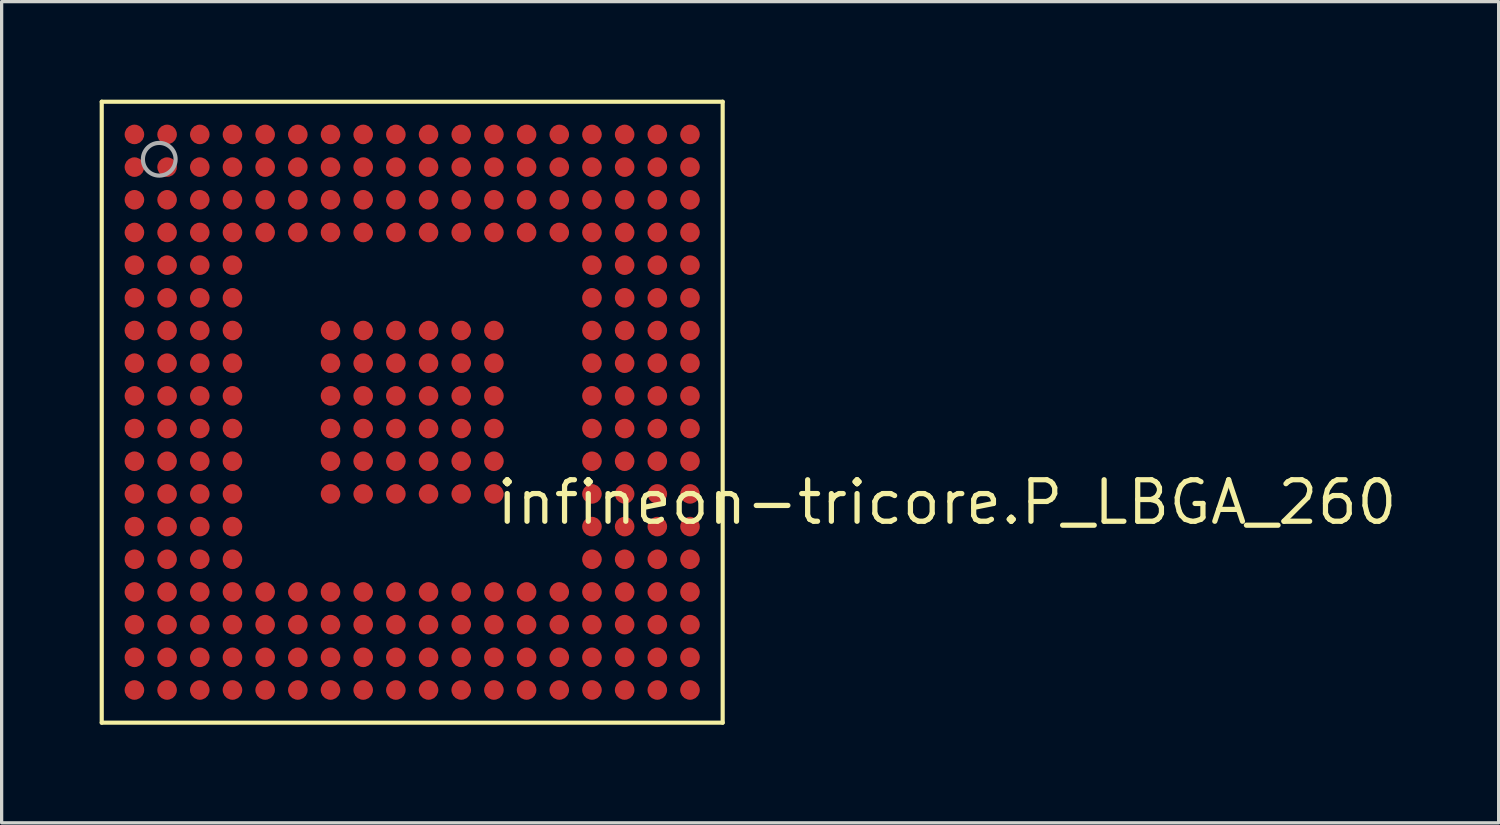
<source format=kicad_pcb>
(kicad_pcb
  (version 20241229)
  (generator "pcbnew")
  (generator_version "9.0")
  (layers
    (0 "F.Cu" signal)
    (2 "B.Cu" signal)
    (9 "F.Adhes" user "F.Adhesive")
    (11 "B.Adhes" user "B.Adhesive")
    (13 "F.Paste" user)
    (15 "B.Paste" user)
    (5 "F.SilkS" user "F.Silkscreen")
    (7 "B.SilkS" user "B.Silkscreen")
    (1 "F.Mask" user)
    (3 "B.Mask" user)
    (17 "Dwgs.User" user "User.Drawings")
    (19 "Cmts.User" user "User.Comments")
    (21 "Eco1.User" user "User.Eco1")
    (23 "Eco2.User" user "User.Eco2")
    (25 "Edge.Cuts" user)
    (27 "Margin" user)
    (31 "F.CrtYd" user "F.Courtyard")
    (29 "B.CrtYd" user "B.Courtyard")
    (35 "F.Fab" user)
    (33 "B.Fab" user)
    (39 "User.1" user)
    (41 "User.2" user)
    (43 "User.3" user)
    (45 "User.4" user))
  (footprint "infineon-tricore.P_LBGA_260"
    (layer "F.Cu")
    (at 9.563 9.563)
    (property "Reference" "infineon-tricore.P_LBGA_260" (at 2.5 3.5 180) (layer "F.SilkS") (effects (font (size 1.27 1.27) (thickness 0.16)) (justify left bottom)))
    (attr smd)
    (fp_line (start -9.5 -9.5) (end 9.5 -9.5) (stroke (width 0.127) (type default)) (layer "F.SilkS"))
    (fp_line (start -9.5 9.5) (end -9.5 -9.5) (stroke (width 0.127) (type default)) (layer "F.SilkS"))
    (fp_line (start 9.5 -9.5) (end 9.5 9.5) (stroke (width 0.127) (type default)) (layer "F.SilkS"))
    (fp_line (start 9.5 9.5) (end -9.5 9.5) (stroke (width 0.127) (type default)) (layer "F.SilkS"))
    (fp_circle (center -7.74 -7.74) (end -7.24 -7.74) (stroke (width 0.127) (type default)) (fill no) (layer "F.Fab"))
    (pad "A1" smd roundrect (at -8.5 -8.5) (size 0.6 0.6) (layers "F.Cu" "F.Mask" "F.Paste") (roundrect_rratio 0.5))
    (pad "A2" smd roundrect (at -7.5 -8.5) (size 0.6 0.6) (layers "F.Cu" "F.Mask" "F.Paste") (roundrect_rratio 0.5))
    (pad "A3" smd roundrect (at -6.5 -8.5) (size 0.6 0.6) (layers "F.Cu" "F.Mask" "F.Paste") (roundrect_rratio 0.5))
    (pad "A4" smd roundrect (at -5.5 -8.5) (size 0.6 0.6) (layers "F.Cu" "F.Mask" "F.Paste") (roundrect_rratio 0.5))
    (pad "A5" smd roundrect (at -4.5 -8.5) (size 0.6 0.6) (layers "F.Cu" "F.Mask" "F.Paste") (roundrect_rratio 0.5))
    (pad "A6" smd roundrect (at -3.5 -8.5) (size 0.6 0.6) (layers "F.Cu" "F.Mask" "F.Paste") (roundrect_rratio 0.5))
    (pad "A7" smd roundrect (at -2.5 -8.5) (size 0.6 0.6) (layers "F.Cu" "F.Mask" "F.Paste") (roundrect_rratio 0.5))
    (pad "A8" smd roundrect (at -1.5 -8.5) (size 0.6 0.6) (layers "F.Cu" "F.Mask" "F.Paste") (roundrect_rratio 0.5))
    (pad "A9" smd roundrect (at -0.5 -8.5) (size 0.6 0.6) (layers "F.Cu" "F.Mask" "F.Paste") (roundrect_rratio 0.5))
    (pad "A10" smd roundrect (at 0.5 -8.5) (size 0.6 0.6) (layers "F.Cu" "F.Mask" "F.Paste") (roundrect_rratio 0.5))
    (pad "A11" smd roundrect (at 1.5 -8.5) (size 0.6 0.6) (layers "F.Cu" "F.Mask" "F.Paste") (roundrect_rratio 0.5))
    (pad "A12" smd roundrect (at 2.5 -8.5) (size 0.6 0.6) (layers "F.Cu" "F.Mask" "F.Paste") (roundrect_rratio 0.5))
    (pad "A13" smd roundrect (at 3.5 -8.5) (size 0.6 0.6) (layers "F.Cu" "F.Mask" "F.Paste") (roundrect_rratio 0.5))
    (pad "A14" smd roundrect (at 4.5 -8.5) (size 0.6 0.6) (layers "F.Cu" "F.Mask" "F.Paste") (roundrect_rratio 0.5))
    (pad "A15" smd roundrect (at 5.5 -8.5) (size 0.6 0.6) (layers "F.Cu" "F.Mask" "F.Paste") (roundrect_rratio 0.5))
    (pad "A16" smd roundrect (at 6.5 -8.5) (size 0.6 0.6) (layers "F.Cu" "F.Mask" "F.Paste") (roundrect_rratio 0.5))
    (pad "A17" smd roundrect (at 7.5 -8.5) (size 0.6 0.6) (layers "F.Cu" "F.Mask" "F.Paste") (roundrect_rratio 0.5))
    (pad "A18" smd roundrect (at 8.5 -8.5) (size 0.6 0.6) (layers "F.Cu" "F.Mask" "F.Paste") (roundrect_rratio 0.5))
    (pad "B1" smd roundrect (at -8.5 -7.5) (size 0.6 0.6) (layers "F.Cu" "F.Mask" "F.Paste") (roundrect_rratio 0.5))
    (pad "B2" smd roundrect (at -7.5 -7.5) (size 0.6 0.6) (layers "F.Cu" "F.Mask" "F.Paste") (roundrect_rratio 0.5))
    (pad "B3" smd roundrect (at -6.5 -7.5) (size 0.6 0.6) (layers "F.Cu" "F.Mask" "F.Paste") (roundrect_rratio 0.5))
    (pad "B4" smd roundrect (at -5.5 -7.5) (size 0.6 0.6) (layers "F.Cu" "F.Mask" "F.Paste") (roundrect_rratio 0.5))
    (pad "B5" smd roundrect (at -4.5 -7.5) (size 0.6 0.6) (layers "F.Cu" "F.Mask" "F.Paste") (roundrect_rratio 0.5))
    (pad "B6" smd roundrect (at -3.5 -7.5) (size 0.6 0.6) (layers "F.Cu" "F.Mask" "F.Paste") (roundrect_rratio 0.5))
    (pad "B7" smd roundrect (at -2.5 -7.5) (size 0.6 0.6) (layers "F.Cu" "F.Mask" "F.Paste") (roundrect_rratio 0.5))
    (pad "B8" smd roundrect (at -1.5 -7.5) (size 0.6 0.6) (layers "F.Cu" "F.Mask" "F.Paste") (roundrect_rratio 0.5))
    (pad "B9" smd roundrect (at -0.5 -7.5) (size 0.6 0.6) (layers "F.Cu" "F.Mask" "F.Paste") (roundrect_rratio 0.5))
    (pad "B10" smd roundrect (at 0.5 -7.5) (size 0.6 0.6) (layers "F.Cu" "F.Mask" "F.Paste") (roundrect_rratio 0.5))
    (pad "B11" smd roundrect (at 1.5 -7.5) (size 0.6 0.6) (layers "F.Cu" "F.Mask" "F.Paste") (roundrect_rratio 0.5))
    (pad "B12" smd roundrect (at 2.5 -7.5) (size 0.6 0.6) (layers "F.Cu" "F.Mask" "F.Paste") (roundrect_rratio 0.5))
    (pad "B13" smd roundrect (at 3.5 -7.5) (size 0.6 0.6) (layers "F.Cu" "F.Mask" "F.Paste") (roundrect_rratio 0.5))
    (pad "B14" smd roundrect (at 4.5 -7.5) (size 0.6 0.6) (layers "F.Cu" "F.Mask" "F.Paste") (roundrect_rratio 0.5))
    (pad "B15" smd roundrect (at 5.5 -7.5) (size 0.6 0.6) (layers "F.Cu" "F.Mask" "F.Paste") (roundrect_rratio 0.5))
    (pad "B16" smd roundrect (at 6.5 -7.5) (size 0.6 0.6) (layers "F.Cu" "F.Mask" "F.Paste") (roundrect_rratio 0.5))
    (pad "B17" smd roundrect (at 7.5 -7.5) (size 0.6 0.6) (layers "F.Cu" "F.Mask" "F.Paste") (roundrect_rratio 0.5))
    (pad "B18" smd roundrect (at 8.5 -7.5) (size 0.6 0.6) (layers "F.Cu" "F.Mask" "F.Paste") (roundrect_rratio 0.5))
    (pad "C1" smd roundrect (at -8.5 -6.5) (size 0.6 0.6) (layers "F.Cu" "F.Mask" "F.Paste") (roundrect_rratio 0.5))
    (pad "C2" smd roundrect (at -7.5 -6.5) (size 0.6 0.6) (layers "F.Cu" "F.Mask" "F.Paste") (roundrect_rratio 0.5))
    (pad "C3" smd roundrect (at -6.5 -6.5) (size 0.6 0.6) (layers "F.Cu" "F.Mask" "F.Paste") (roundrect_rratio 0.5))
    (pad "C4" smd roundrect (at -5.5 -6.5) (size 0.6 0.6) (layers "F.Cu" "F.Mask" "F.Paste") (roundrect_rratio 0.5))
    (pad "C5" smd roundrect (at -4.5 -6.5) (size 0.6 0.6) (layers "F.Cu" "F.Mask" "F.Paste") (roundrect_rratio 0.5))
    (pad "C6" smd roundrect (at -3.5 -6.5) (size 0.6 0.6) (layers "F.Cu" "F.Mask" "F.Paste") (roundrect_rratio 0.5))
    (pad "C7" smd roundrect (at -2.5 -6.5) (size 0.6 0.6) (layers "F.Cu" "F.Mask" "F.Paste") (roundrect_rratio 0.5))
    (pad "C8" smd roundrect (at -1.5 -6.5) (size 0.6 0.6) (layers "F.Cu" "F.Mask" "F.Paste") (roundrect_rratio 0.5))
    (pad "C9" smd roundrect (at -0.5 -6.5) (size 0.6 0.6) (layers "F.Cu" "F.Mask" "F.Paste") (roundrect_rratio 0.5))
    (pad "C10" smd roundrect (at 0.5 -6.5) (size 0.6 0.6) (layers "F.Cu" "F.Mask" "F.Paste") (roundrect_rratio 0.5))
    (pad "C11" smd roundrect (at 1.5 -6.5) (size 0.6 0.6) (layers "F.Cu" "F.Mask" "F.Paste") (roundrect_rratio 0.5))
    (pad "C12" smd roundrect (at 2.5 -6.5) (size 0.6 0.6) (layers "F.Cu" "F.Mask" "F.Paste") (roundrect_rratio 0.5))
    (pad "C13" smd roundrect (at 3.5 -6.5) (size 0.6 0.6) (layers "F.Cu" "F.Mask" "F.Paste") (roundrect_rratio 0.5))
    (pad "C14" smd roundrect (at 4.5 -6.5) (size 0.6 0.6) (layers "F.Cu" "F.Mask" "F.Paste") (roundrect_rratio 0.5))
    (pad "C15" smd roundrect (at 5.5 -6.5) (size 0.6 0.6) (layers "F.Cu" "F.Mask" "F.Paste") (roundrect_rratio 0.5))
    (pad "C16" smd roundrect (at 6.5 -6.5) (size 0.6 0.6) (layers "F.Cu" "F.Mask" "F.Paste") (roundrect_rratio 0.5))
    (pad "C17" smd roundrect (at 7.5 -6.5) (size 0.6 0.6) (layers "F.Cu" "F.Mask" "F.Paste") (roundrect_rratio 0.5))
    (pad "C18" smd roundrect (at 8.5 -6.5) (size 0.6 0.6) (layers "F.Cu" "F.Mask" "F.Paste") (roundrect_rratio 0.5))
    (pad "D1" smd roundrect (at -8.5 -5.5) (size 0.6 0.6) (layers "F.Cu" "F.Mask" "F.Paste") (roundrect_rratio 0.5))
    (pad "D2" smd roundrect (at -7.5 -5.5) (size 0.6 0.6) (layers "F.Cu" "F.Mask" "F.Paste") (roundrect_rratio 0.5))
    (pad "D3" smd roundrect (at -6.5 -5.5) (size 0.6 0.6) (layers "F.Cu" "F.Mask" "F.Paste") (roundrect_rratio 0.5))
    (pad "D4" smd roundrect (at -5.5 -5.5) (size 0.6 0.6) (layers "F.Cu" "F.Mask" "F.Paste") (roundrect_rratio 0.5))
    (pad "D5" smd roundrect (at -4.5 -5.5) (size 0.6 0.6) (layers "F.Cu" "F.Mask" "F.Paste") (roundrect_rratio 0.5))
    (pad "D6" smd roundrect (at -3.5 -5.5) (size 0.6 0.6) (layers "F.Cu" "F.Mask" "F.Paste") (roundrect_rratio 0.5))
    (pad "D7" smd roundrect (at -2.5 -5.5) (size 0.6 0.6) (layers "F.Cu" "F.Mask" "F.Paste") (roundrect_rratio 0.5))
    (pad "D8" smd roundrect (at -1.5 -5.5) (size 0.6 0.6) (layers "F.Cu" "F.Mask" "F.Paste") (roundrect_rratio 0.5))
    (pad "D9" smd roundrect (at -0.5 -5.5) (size 0.6 0.6) (layers "F.Cu" "F.Mask" "F.Paste") (roundrect_rratio 0.5))
    (pad "D10" smd roundrect (at 0.5 -5.5) (size 0.6 0.6) (layers "F.Cu" "F.Mask" "F.Paste") (roundrect_rratio 0.5))
    (pad "D11" smd roundrect (at 1.5 -5.5) (size 0.6 0.6) (layers "F.Cu" "F.Mask" "F.Paste") (roundrect_rratio 0.5))
    (pad "D12" smd roundrect (at 2.5 -5.5) (size 0.6 0.6) (layers "F.Cu" "F.Mask" "F.Paste") (roundrect_rratio 0.5))
    (pad "D13" smd roundrect (at 3.5 -5.5) (size 0.6 0.6) (layers "F.Cu" "F.Mask" "F.Paste") (roundrect_rratio 0.5))
    (pad "D14" smd roundrect (at 4.5 -5.5) (size 0.6 0.6) (layers "F.Cu" "F.Mask" "F.Paste") (roundrect_rratio 0.5))
    (pad "D15" smd roundrect (at 5.5 -5.5) (size 0.6 0.6) (layers "F.Cu" "F.Mask" "F.Paste") (roundrect_rratio 0.5))
    (pad "D16" smd roundrect (at 6.5 -5.5) (size 0.6 0.6) (layers "F.Cu" "F.Mask" "F.Paste") (roundrect_rratio 0.5))
    (pad "D17" smd roundrect (at 7.5 -5.5) (size 0.6 0.6) (layers "F.Cu" "F.Mask" "F.Paste") (roundrect_rratio 0.5))
    (pad "D18" smd roundrect (at 8.5 -5.5) (size 0.6 0.6) (layers "F.Cu" "F.Mask" "F.Paste") (roundrect_rratio 0.5))
    (pad "E1" smd roundrect (at -8.5 -4.5) (size 0.6 0.6) (layers "F.Cu" "F.Mask" "F.Paste") (roundrect_rratio 0.5))
    (pad "E2" smd roundrect (at -7.5 -4.5) (size 0.6 0.6) (layers "F.Cu" "F.Mask" "F.Paste") (roundrect_rratio 0.5))
    (pad "E3" smd roundrect (at -6.5 -4.5) (size 0.6 0.6) (layers "F.Cu" "F.Mask" "F.Paste") (roundrect_rratio 0.5))
    (pad "E4" smd roundrect (at -5.5 -4.5) (size 0.6 0.6) (layers "F.Cu" "F.Mask" "F.Paste") (roundrect_rratio 0.5))
    (pad "E15" smd roundrect (at 5.5 -4.5) (size 0.6 0.6) (layers "F.Cu" "F.Mask" "F.Paste") (roundrect_rratio 0.5))
    (pad "E16" smd roundrect (at 6.5 -4.5) (size 0.6 0.6) (layers "F.Cu" "F.Mask" "F.Paste") (roundrect_rratio 0.5))
    (pad "E17" smd roundrect (at 7.5 -4.5) (size 0.6 0.6) (layers "F.Cu" "F.Mask" "F.Paste") (roundrect_rratio 0.5))
    (pad "E18" smd roundrect (at 8.5 -4.5) (size 0.6 0.6) (layers "F.Cu" "F.Mask" "F.Paste") (roundrect_rratio 0.5))
    (pad "F1" smd roundrect (at -8.5 -3.5) (size 0.6 0.6) (layers "F.Cu" "F.Mask" "F.Paste") (roundrect_rratio 0.5))
    (pad "F2" smd roundrect (at -7.5 -3.5) (size 0.6 0.6) (layers "F.Cu" "F.Mask" "F.Paste") (roundrect_rratio 0.5))
    (pad "F3" smd roundrect (at -6.5 -3.5) (size 0.6 0.6) (layers "F.Cu" "F.Mask" "F.Paste") (roundrect_rratio 0.5))
    (pad "F4" smd roundrect (at -5.5 -3.5) (size 0.6 0.6) (layers "F.Cu" "F.Mask" "F.Paste") (roundrect_rratio 0.5))
    (pad "F15" smd roundrect (at 5.5 -3.5) (size 0.6 0.6) (layers "F.Cu" "F.Mask" "F.Paste") (roundrect_rratio 0.5))
    (pad "F16" smd roundrect (at 6.5 -3.5) (size 0.6 0.6) (layers "F.Cu" "F.Mask" "F.Paste") (roundrect_rratio 0.5))
    (pad "F17" smd roundrect (at 7.5 -3.5) (size 0.6 0.6) (layers "F.Cu" "F.Mask" "F.Paste") (roundrect_rratio 0.5))
    (pad "F18" smd roundrect (at 8.5 -3.5) (size 0.6 0.6) (layers "F.Cu" "F.Mask" "F.Paste") (roundrect_rratio 0.5))
    (pad "G1" smd roundrect (at -8.5 -2.5) (size 0.6 0.6) (layers "F.Cu" "F.Mask" "F.Paste") (roundrect_rratio 0.5))
    (pad "G2" smd roundrect (at -7.5 -2.5) (size 0.6 0.6) (layers "F.Cu" "F.Mask" "F.Paste") (roundrect_rratio 0.5))
    (pad "G3" smd roundrect (at -6.5 -2.5) (size 0.6 0.6) (layers "F.Cu" "F.Mask" "F.Paste") (roundrect_rratio 0.5))
    (pad "G4" smd roundrect (at -5.5 -2.5) (size 0.6 0.6) (layers "F.Cu" "F.Mask" "F.Paste") (roundrect_rratio 0.5))
    (pad "G7" smd roundrect (at -2.5 -2.5) (size 0.6 0.6) (layers "F.Cu" "F.Mask" "F.Paste") (roundrect_rratio 0.5))
    (pad "G8" smd roundrect (at -1.5 -2.5) (size 0.6 0.6) (layers "F.Cu" "F.Mask" "F.Paste") (roundrect_rratio 0.5))
    (pad "G9" smd roundrect (at -0.5 -2.5) (size 0.6 0.6) (layers "F.Cu" "F.Mask" "F.Paste") (roundrect_rratio 0.5))
    (pad "G10" smd roundrect (at 0.5 -2.5) (size 0.6 0.6) (layers "F.Cu" "F.Mask" "F.Paste") (roundrect_rratio 0.5))
    (pad "G11" smd roundrect (at 1.5 -2.5) (size 0.6 0.6) (layers "F.Cu" "F.Mask" "F.Paste") (roundrect_rratio 0.5))
    (pad "G12" smd roundrect (at 2.5 -2.5) (size 0.6 0.6) (layers "F.Cu" "F.Mask" "F.Paste") (roundrect_rratio 0.5))
    (pad "G15" smd roundrect (at 5.5 -2.5) (size 0.6 0.6) (layers "F.Cu" "F.Mask" "F.Paste") (roundrect_rratio 0.5))
    (pad "G16" smd roundrect (at 6.5 -2.5) (size 0.6 0.6) (layers "F.Cu" "F.Mask" "F.Paste") (roundrect_rratio 0.5))
    (pad "G17" smd roundrect (at 7.5 -2.5) (size 0.6 0.6) (layers "F.Cu" "F.Mask" "F.Paste") (roundrect_rratio 0.5))
    (pad "G18" smd roundrect (at 8.5 -2.5) (size 0.6 0.6) (layers "F.Cu" "F.Mask" "F.Paste") (roundrect_rratio 0.5))
    (pad "H1" smd roundrect (at -8.5 -1.5) (size 0.6 0.6) (layers "F.Cu" "F.Mask" "F.Paste") (roundrect_rratio 0.5))
    (pad "H2" smd roundrect (at -7.5 -1.5) (size 0.6 0.6) (layers "F.Cu" "F.Mask" "F.Paste") (roundrect_rratio 0.5))
    (pad "H3" smd roundrect (at -6.5 -1.5) (size 0.6 0.6) (layers "F.Cu" "F.Mask" "F.Paste") (roundrect_rratio 0.5))
    (pad "H4" smd roundrect (at -5.5 -1.5) (size 0.6 0.6) (layers "F.Cu" "F.Mask" "F.Paste") (roundrect_rratio 0.5))
    (pad "H7" smd roundrect (at -2.5 -1.5) (size 0.6 0.6) (layers "F.Cu" "F.Mask" "F.Paste") (roundrect_rratio 0.5))
    (pad "H8" smd roundrect (at -1.5 -1.5) (size 0.6 0.6) (layers "F.Cu" "F.Mask" "F.Paste") (roundrect_rratio 0.5))
    (pad "H9" smd roundrect (at -0.5 -1.5) (size 0.6 0.6) (layers "F.Cu" "F.Mask" "F.Paste") (roundrect_rratio 0.5))
    (pad "H10" smd roundrect (at 0.5 -1.5) (size 0.6 0.6) (layers "F.Cu" "F.Mask" "F.Paste") (roundrect_rratio 0.5))
    (pad "H11" smd roundrect (at 1.5 -1.5) (size 0.6 0.6) (layers "F.Cu" "F.Mask" "F.Paste") (roundrect_rratio 0.5))
    (pad "H12" smd roundrect (at 2.5 -1.5) (size 0.6 0.6) (layers "F.Cu" "F.Mask" "F.Paste") (roundrect_rratio 0.5))
    (pad "H15" smd roundrect (at 5.5 -1.5) (size 0.6 0.6) (layers "F.Cu" "F.Mask" "F.Paste") (roundrect_rratio 0.5))
    (pad "H16" smd roundrect (at 6.5 -1.5) (size 0.6 0.6) (layers "F.Cu" "F.Mask" "F.Paste") (roundrect_rratio 0.5))
    (pad "H17" smd roundrect (at 7.5 -1.5) (size 0.6 0.6) (layers "F.Cu" "F.Mask" "F.Paste") (roundrect_rratio 0.5))
    (pad "H18" smd roundrect (at 8.5 -1.5) (size 0.6 0.6) (layers "F.Cu" "F.Mask" "F.Paste") (roundrect_rratio 0.5))
    (pad "J1" smd roundrect (at -8.5 -0.5) (size 0.6 0.6) (layers "F.Cu" "F.Mask" "F.Paste") (roundrect_rratio 0.5))
    (pad "J2" smd roundrect (at -7.5 -0.5) (size 0.6 0.6) (layers "F.Cu" "F.Mask" "F.Paste") (roundrect_rratio 0.5))
    (pad "J3" smd roundrect (at -6.5 -0.5) (size 0.6 0.6) (layers "F.Cu" "F.Mask" "F.Paste") (roundrect_rratio 0.5))
    (pad "J4" smd roundrect (at -5.5 -0.5) (size 0.6 0.6) (layers "F.Cu" "F.Mask" "F.Paste") (roundrect_rratio 0.5))
    (pad "J7" smd roundrect (at -2.5 -0.5) (size 0.6 0.6) (layers "F.Cu" "F.Mask" "F.Paste") (roundrect_rratio 0.5))
    (pad "J8" smd roundrect (at -1.5 -0.5) (size 0.6 0.6) (layers "F.Cu" "F.Mask" "F.Paste") (roundrect_rratio 0.5))
    (pad "J9" smd roundrect (at -0.5 -0.5) (size 0.6 0.6) (layers "F.Cu" "F.Mask" "F.Paste") (roundrect_rratio 0.5))
    (pad "J10" smd roundrect (at 0.5 -0.5) (size 0.6 0.6) (layers "F.Cu" "F.Mask" "F.Paste") (roundrect_rratio 0.5))
    (pad "J11" smd roundrect (at 1.5 -0.5) (size 0.6 0.6) (layers "F.Cu" "F.Mask" "F.Paste") (roundrect_rratio 0.5))
    (pad "J12" smd roundrect (at 2.5 -0.5) (size 0.6 0.6) (layers "F.Cu" "F.Mask" "F.Paste") (roundrect_rratio 0.5))
    (pad "J15" smd roundrect (at 5.5 -0.5) (size 0.6 0.6) (layers "F.Cu" "F.Mask" "F.Paste") (roundrect_rratio 0.5))
    (pad "J16" smd roundrect (at 6.5 -0.5) (size 0.6 0.6) (layers "F.Cu" "F.Mask" "F.Paste") (roundrect_rratio 0.5))
    (pad "J17" smd roundrect (at 7.5 -0.5) (size 0.6 0.6) (layers "F.Cu" "F.Mask" "F.Paste") (roundrect_rratio 0.5))
    (pad "J18" smd roundrect (at 8.5 -0.5) (size 0.6 0.6) (layers "F.Cu" "F.Mask" "F.Paste") (roundrect_rratio 0.5))
    (pad "K1" smd roundrect (at -8.5 0.5) (size 0.6 0.6) (layers "F.Cu" "F.Mask" "F.Paste") (roundrect_rratio 0.5))
    (pad "K2" smd roundrect (at -7.5 0.5) (size 0.6 0.6) (layers "F.Cu" "F.Mask" "F.Paste") (roundrect_rratio 0.5))
    (pad "K3" smd roundrect (at -6.5 0.5) (size 0.6 0.6) (layers "F.Cu" "F.Mask" "F.Paste") (roundrect_rratio 0.5))
    (pad "K4" smd roundrect (at -5.5 0.5) (size 0.6 0.6) (layers "F.Cu" "F.Mask" "F.Paste") (roundrect_rratio 0.5))
    (pad "K7" smd roundrect (at -2.5 0.5) (size 0.6 0.6) (layers "F.Cu" "F.Mask" "F.Paste") (roundrect_rratio 0.5))
    (pad "K8" smd roundrect (at -1.5 0.5) (size 0.6 0.6) (layers "F.Cu" "F.Mask" "F.Paste") (roundrect_rratio 0.5))
    (pad "K9" smd roundrect (at -0.5 0.5) (size 0.6 0.6) (layers "F.Cu" "F.Mask" "F.Paste") (roundrect_rratio 0.5))
    (pad "K10" smd roundrect (at 0.5 0.5) (size 0.6 0.6) (layers "F.Cu" "F.Mask" "F.Paste") (roundrect_rratio 0.5))
    (pad "K11" smd roundrect (at 1.5 0.5) (size 0.6 0.6) (layers "F.Cu" "F.Mask" "F.Paste") (roundrect_rratio 0.5))
    (pad "K12" smd roundrect (at 2.5 0.5) (size 0.6 0.6) (layers "F.Cu" "F.Mask" "F.Paste") (roundrect_rratio 0.5))
    (pad "K15" smd roundrect (at 5.5 0.5) (size 0.6 0.6) (layers "F.Cu" "F.Mask" "F.Paste") (roundrect_rratio 0.5))
    (pad "K16" smd roundrect (at 6.5 0.5) (size 0.6 0.6) (layers "F.Cu" "F.Mask" "F.Paste") (roundrect_rratio 0.5))
    (pad "K17" smd roundrect (at 7.5 0.5) (size 0.6 0.6) (layers "F.Cu" "F.Mask" "F.Paste") (roundrect_rratio 0.5))
    (pad "K18" smd roundrect (at 8.5 0.5) (size 0.6 0.6) (layers "F.Cu" "F.Mask" "F.Paste") (roundrect_rratio 0.5))
    (pad "L1" smd roundrect (at -8.5 1.5) (size 0.6 0.6) (layers "F.Cu" "F.Mask" "F.Paste") (roundrect_rratio 0.5))
    (pad "L2" smd roundrect (at -7.5 1.5) (size 0.6 0.6) (layers "F.Cu" "F.Mask" "F.Paste") (roundrect_rratio 0.5))
    (pad "L3" smd roundrect (at -6.5 1.5) (size 0.6 0.6) (layers "F.Cu" "F.Mask" "F.Paste") (roundrect_rratio 0.5))
    (pad "L4" smd roundrect (at -5.5 1.5) (size 0.6 0.6) (layers "F.Cu" "F.Mask" "F.Paste") (roundrect_rratio 0.5))
    (pad "L7" smd roundrect (at -2.5 1.5) (size 0.6 0.6) (layers "F.Cu" "F.Mask" "F.Paste") (roundrect_rratio 0.5))
    (pad "L8" smd roundrect (at -1.5 1.5) (size 0.6 0.6) (layers "F.Cu" "F.Mask" "F.Paste") (roundrect_rratio 0.5))
    (pad "L9" smd roundrect (at -0.5 1.5) (size 0.6 0.6) (layers "F.Cu" "F.Mask" "F.Paste") (roundrect_rratio 0.5))
    (pad "L10" smd roundrect (at 0.5 1.5) (size 0.6 0.6) (layers "F.Cu" "F.Mask" "F.Paste") (roundrect_rratio 0.5))
    (pad "L11" smd roundrect (at 1.5 1.5) (size 0.6 0.6) (layers "F.Cu" "F.Mask" "F.Paste") (roundrect_rratio 0.5))
    (pad "L12" smd roundrect (at 2.5 1.5) (size 0.6 0.6) (layers "F.Cu" "F.Mask" "F.Paste") (roundrect_rratio 0.5))
    (pad "L15" smd roundrect (at 5.5 1.5) (size 0.6 0.6) (layers "F.Cu" "F.Mask" "F.Paste") (roundrect_rratio 0.5))
    (pad "L16" smd roundrect (at 6.5 1.5) (size 0.6 0.6) (layers "F.Cu" "F.Mask" "F.Paste") (roundrect_rratio 0.5))
    (pad "L17" smd roundrect (at 7.5 1.5) (size 0.6 0.6) (layers "F.Cu" "F.Mask" "F.Paste") (roundrect_rratio 0.5))
    (pad "L18" smd roundrect (at 8.5 1.5) (size 0.6 0.6) (layers "F.Cu" "F.Mask" "F.Paste") (roundrect_rratio 0.5))
    (pad "M1" smd roundrect (at -8.5 2.5) (size 0.6 0.6) (layers "F.Cu" "F.Mask" "F.Paste") (roundrect_rratio 0.5))
    (pad "M2" smd roundrect (at -7.5 2.5) (size 0.6 0.6) (layers "F.Cu" "F.Mask" "F.Paste") (roundrect_rratio 0.5))
    (pad "M3" smd roundrect (at -6.5 2.5) (size 0.6 0.6) (layers "F.Cu" "F.Mask" "F.Paste") (roundrect_rratio 0.5))
    (pad "M4" smd roundrect (at -5.5 2.5) (size 0.6 0.6) (layers "F.Cu" "F.Mask" "F.Paste") (roundrect_rratio 0.5))
    (pad "M7" smd roundrect (at -2.5 2.5) (size 0.6 0.6) (layers "F.Cu" "F.Mask" "F.Paste") (roundrect_rratio 0.5))
    (pad "M8" smd roundrect (at -1.5 2.5) (size 0.6 0.6) (layers "F.Cu" "F.Mask" "F.Paste") (roundrect_rratio 0.5))
    (pad "M9" smd roundrect (at -0.5 2.5) (size 0.6 0.6) (layers "F.Cu" "F.Mask" "F.Paste") (roundrect_rratio 0.5))
    (pad "M10" smd roundrect (at 0.5 2.5) (size 0.6 0.6) (layers "F.Cu" "F.Mask" "F.Paste") (roundrect_rratio 0.5))
    (pad "M11" smd roundrect (at 1.5 2.5) (size 0.6 0.6) (layers "F.Cu" "F.Mask" "F.Paste") (roundrect_rratio 0.5))
    (pad "M12" smd roundrect (at 2.5 2.5) (size 0.6 0.6) (layers "F.Cu" "F.Mask" "F.Paste") (roundrect_rratio 0.5))
    (pad "M15" smd roundrect (at 5.5 2.5) (size 0.6 0.6) (layers "F.Cu" "F.Mask" "F.Paste") (roundrect_rratio 0.5))
    (pad "M16" smd roundrect (at 6.5 2.5) (size 0.6 0.6) (layers "F.Cu" "F.Mask" "F.Paste") (roundrect_rratio 0.5))
    (pad "M17" smd roundrect (at 7.5 2.5) (size 0.6 0.6) (layers "F.Cu" "F.Mask" "F.Paste") (roundrect_rratio 0.5))
    (pad "M18" smd roundrect (at 8.5 2.5) (size 0.6 0.6) (layers "F.Cu" "F.Mask" "F.Paste") (roundrect_rratio 0.5))
    (pad "N1" smd roundrect (at -8.5 3.5) (size 0.6 0.6) (layers "F.Cu" "F.Mask" "F.Paste") (roundrect_rratio 0.5))
    (pad "N2" smd roundrect (at -7.5 3.5) (size 0.6 0.6) (layers "F.Cu" "F.Mask" "F.Paste") (roundrect_rratio 0.5))
    (pad "N3" smd roundrect (at -6.5 3.5) (size 0.6 0.6) (layers "F.Cu" "F.Mask" "F.Paste") (roundrect_rratio 0.5))
    (pad "N4" smd roundrect (at -5.5 3.5) (size 0.6 0.6) (layers "F.Cu" "F.Mask" "F.Paste") (roundrect_rratio 0.5))
    (pad "N15" smd roundrect (at 5.5 3.5) (size 0.6 0.6) (layers "F.Cu" "F.Mask" "F.Paste") (roundrect_rratio 0.5))
    (pad "N16" smd roundrect (at 6.5 3.5) (size 0.6 0.6) (layers "F.Cu" "F.Mask" "F.Paste") (roundrect_rratio 0.5))
    (pad "N17" smd roundrect (at 7.5 3.5) (size 0.6 0.6) (layers "F.Cu" "F.Mask" "F.Paste") (roundrect_rratio 0.5))
    (pad "N18" smd roundrect (at 8.5 3.5) (size 0.6 0.6) (layers "F.Cu" "F.Mask" "F.Paste") (roundrect_rratio 0.5))
    (pad "P1" smd roundrect (at -8.5 4.5) (size 0.6 0.6) (layers "F.Cu" "F.Mask" "F.Paste") (roundrect_rratio 0.5))
    (pad "P2" smd roundrect (at -7.5 4.5) (size 0.6 0.6) (layers "F.Cu" "F.Mask" "F.Paste") (roundrect_rratio 0.5))
    (pad "P3" smd roundrect (at -6.5 4.5) (size 0.6 0.6) (layers "F.Cu" "F.Mask" "F.Paste") (roundrect_rratio 0.5))
    (pad "P4" smd roundrect (at -5.5 4.5) (size 0.6 0.6) (layers "F.Cu" "F.Mask" "F.Paste") (roundrect_rratio 0.5))
    (pad "P15" smd roundrect (at 5.5 4.5) (size 0.6 0.6) (layers "F.Cu" "F.Mask" "F.Paste") (roundrect_rratio 0.5))
    (pad "P16" smd roundrect (at 6.5 4.5) (size 0.6 0.6) (layers "F.Cu" "F.Mask" "F.Paste") (roundrect_rratio 0.5))
    (pad "P17" smd roundrect (at 7.5 4.5) (size 0.6 0.6) (layers "F.Cu" "F.Mask" "F.Paste") (roundrect_rratio 0.5))
    (pad "P18" smd roundrect (at 8.5 4.5) (size 0.6 0.6) (layers "F.Cu" "F.Mask" "F.Paste") (roundrect_rratio 0.5))
    (pad "R1" smd roundrect (at -8.5 5.5) (size 0.6 0.6) (layers "F.Cu" "F.Mask" "F.Paste") (roundrect_rratio 0.5))
    (pad "R2" smd roundrect (at -7.5 5.5) (size 0.6 0.6) (layers "F.Cu" "F.Mask" "F.Paste") (roundrect_rratio 0.5))
    (pad "R3" smd roundrect (at -6.5 5.5) (size 0.6 0.6) (layers "F.Cu" "F.Mask" "F.Paste") (roundrect_rratio 0.5))
    (pad "R4" smd roundrect (at -5.5 5.5) (size 0.6 0.6) (layers "F.Cu" "F.Mask" "F.Paste") (roundrect_rratio 0.5))
    (pad "R5" smd roundrect (at -4.5 5.5) (size 0.6 0.6) (layers "F.Cu" "F.Mask" "F.Paste") (roundrect_rratio 0.5))
    (pad "R6" smd roundrect (at -3.5 5.5) (size 0.6 0.6) (layers "F.Cu" "F.Mask" "F.Paste") (roundrect_rratio 0.5))
    (pad "R7" smd roundrect (at -2.5 5.5) (size 0.6 0.6) (layers "F.Cu" "F.Mask" "F.Paste") (roundrect_rratio 0.5))
    (pad "R8" smd roundrect (at -1.5 5.5) (size 0.6 0.6) (layers "F.Cu" "F.Mask" "F.Paste") (roundrect_rratio 0.5))
    (pad "R9" smd roundrect (at -0.5 5.5) (size 0.6 0.6) (layers "F.Cu" "F.Mask" "F.Paste") (roundrect_rratio 0.5))
    (pad "R10" smd roundrect (at 0.5 5.5) (size 0.6 0.6) (layers "F.Cu" "F.Mask" "F.Paste") (roundrect_rratio 0.5))
    (pad "R11" smd roundrect (at 1.5 5.5) (size 0.6 0.6) (layers "F.Cu" "F.Mask" "F.Paste") (roundrect_rratio 0.5))
    (pad "R12" smd roundrect (at 2.5 5.5) (size 0.6 0.6) (layers "F.Cu" "F.Mask" "F.Paste") (roundrect_rratio 0.5))
    (pad "R13" smd roundrect (at 3.5 5.5) (size 0.6 0.6) (layers "F.Cu" "F.Mask" "F.Paste") (roundrect_rratio 0.5))
    (pad "R14" smd roundrect (at 4.5 5.5) (size 0.6 0.6) (layers "F.Cu" "F.Mask" "F.Paste") (roundrect_rratio 0.5))
    (pad "R15" smd roundrect (at 5.5 5.5) (size 0.6 0.6) (layers "F.Cu" "F.Mask" "F.Paste") (roundrect_rratio 0.5))
    (pad "R16" smd roundrect (at 6.5 5.5) (size 0.6 0.6) (layers "F.Cu" "F.Mask" "F.Paste") (roundrect_rratio 0.5))
    (pad "R17" smd roundrect (at 7.5 5.5) (size 0.6 0.6) (layers "F.Cu" "F.Mask" "F.Paste") (roundrect_rratio 0.5))
    (pad "R18" smd roundrect (at 8.5 5.5) (size 0.6 0.6) (layers "F.Cu" "F.Mask" "F.Paste") (roundrect_rratio 0.5))
    (pad "T1" smd roundrect (at -8.5 6.5) (size 0.6 0.6) (layers "F.Cu" "F.Mask" "F.Paste") (roundrect_rratio 0.5))
    (pad "T2" smd roundrect (at -7.5 6.5) (size 0.6 0.6) (layers "F.Cu" "F.Mask" "F.Paste") (roundrect_rratio 0.5))
    (pad "T3" smd roundrect (at -6.5 6.5) (size 0.6 0.6) (layers "F.Cu" "F.Mask" "F.Paste") (roundrect_rratio 0.5))
    (pad "T4" smd roundrect (at -5.5 6.5) (size 0.6 0.6) (layers "F.Cu" "F.Mask" "F.Paste") (roundrect_rratio 0.5))
    (pad "T5" smd roundrect (at -4.5 6.5) (size 0.6 0.6) (layers "F.Cu" "F.Mask" "F.Paste") (roundrect_rratio 0.5))
    (pad "T6" smd roundrect (at -3.5 6.5) (size 0.6 0.6) (layers "F.Cu" "F.Mask" "F.Paste") (roundrect_rratio 0.5))
    (pad "T7" smd roundrect (at -2.5 6.5) (size 0.6 0.6) (layers "F.Cu" "F.Mask" "F.Paste") (roundrect_rratio 0.5))
    (pad "T8" smd roundrect (at -1.5 6.5) (size 0.6 0.6) (layers "F.Cu" "F.Mask" "F.Paste") (roundrect_rratio 0.5))
    (pad "T9" smd roundrect (at -0.5 6.5) (size 0.6 0.6) (layers "F.Cu" "F.Mask" "F.Paste") (roundrect_rratio 0.5))
    (pad "T10" smd roundrect (at 0.5 6.5) (size 0.6 0.6) (layers "F.Cu" "F.Mask" "F.Paste") (roundrect_rratio 0.5))
    (pad "T11" smd roundrect (at 1.5 6.5) (size 0.6 0.6) (layers "F.Cu" "F.Mask" "F.Paste") (roundrect_rratio 0.5))
    (pad "T12" smd roundrect (at 2.5 6.5) (size 0.6 0.6) (layers "F.Cu" "F.Mask" "F.Paste") (roundrect_rratio 0.5))
    (pad "T13" smd roundrect (at 3.5 6.5) (size 0.6 0.6) (layers "F.Cu" "F.Mask" "F.Paste") (roundrect_rratio 0.5))
    (pad "T14" smd roundrect (at 4.5 6.5) (size 0.6 0.6) (layers "F.Cu" "F.Mask" "F.Paste") (roundrect_rratio 0.5))
    (pad "T15" smd roundrect (at 5.5 6.5) (size 0.6 0.6) (layers "F.Cu" "F.Mask" "F.Paste") (roundrect_rratio 0.5))
    (pad "T16" smd roundrect (at 6.5 6.5) (size 0.6 0.6) (layers "F.Cu" "F.Mask" "F.Paste") (roundrect_rratio 0.5))
    (pad "T17" smd roundrect (at 7.5 6.5) (size 0.6 0.6) (layers "F.Cu" "F.Mask" "F.Paste") (roundrect_rratio 0.5))
    (pad "T18" smd roundrect (at 8.5 6.5) (size 0.6 0.6) (layers "F.Cu" "F.Mask" "F.Paste") (roundrect_rratio 0.5))
    (pad "U1" smd roundrect (at -8.5 7.5) (size 0.6 0.6) (layers "F.Cu" "F.Mask" "F.Paste") (roundrect_rratio 0.5))
    (pad "U2" smd roundrect (at -7.5 7.5) (size 0.6 0.6) (layers "F.Cu" "F.Mask" "F.Paste") (roundrect_rratio 0.5))
    (pad "U3" smd roundrect (at -6.5 7.5) (size 0.6 0.6) (layers "F.Cu" "F.Mask" "F.Paste") (roundrect_rratio 0.5))
    (pad "U4" smd roundrect (at -5.5 7.5) (size 0.6 0.6) (layers "F.Cu" "F.Mask" "F.Paste") (roundrect_rratio 0.5))
    (pad "U5" smd roundrect (at -4.5 7.5) (size 0.6 0.6) (layers "F.Cu" "F.Mask" "F.Paste") (roundrect_rratio 0.5))
    (pad "U6" smd roundrect (at -3.5 7.5) (size 0.6 0.6) (layers "F.Cu" "F.Mask" "F.Paste") (roundrect_rratio 0.5))
    (pad "U7" smd roundrect (at -2.5 7.5) (size 0.6 0.6) (layers "F.Cu" "F.Mask" "F.Paste") (roundrect_rratio 0.5))
    (pad "U8" smd roundrect (at -1.5 7.5) (size 0.6 0.6) (layers "F.Cu" "F.Mask" "F.Paste") (roundrect_rratio 0.5))
    (pad "U9" smd roundrect (at -0.5 7.5) (size 0.6 0.6) (layers "F.Cu" "F.Mask" "F.Paste") (roundrect_rratio 0.5))
    (pad "U10" smd roundrect (at 0.5 7.5) (size 0.6 0.6) (layers "F.Cu" "F.Mask" "F.Paste") (roundrect_rratio 0.5))
    (pad "U11" smd roundrect (at 1.5 7.5) (size 0.6 0.6) (layers "F.Cu" "F.Mask" "F.Paste") (roundrect_rratio 0.5))
    (pad "U12" smd roundrect (at 2.5 7.5) (size 0.6 0.6) (layers "F.Cu" "F.Mask" "F.Paste") (roundrect_rratio 0.5))
    (pad "U13" smd roundrect (at 3.5 7.5) (size 0.6 0.6) (layers "F.Cu" "F.Mask" "F.Paste") (roundrect_rratio 0.5))
    (pad "U14" smd roundrect (at 4.5 7.5) (size 0.6 0.6) (layers "F.Cu" "F.Mask" "F.Paste") (roundrect_rratio 0.5))
    (pad "U15" smd roundrect (at 5.5 7.5) (size 0.6 0.6) (layers "F.Cu" "F.Mask" "F.Paste") (roundrect_rratio 0.5))
    (pad "U16" smd roundrect (at 6.5 7.5) (size 0.6 0.6) (layers "F.Cu" "F.Mask" "F.Paste") (roundrect_rratio 0.5))
    (pad "U17" smd roundrect (at 7.5 7.5) (size 0.6 0.6) (layers "F.Cu" "F.Mask" "F.Paste") (roundrect_rratio 0.5))
    (pad "U18" smd roundrect (at 8.5 7.5) (size 0.6 0.6) (layers "F.Cu" "F.Mask" "F.Paste") (roundrect_rratio 0.5))
    (pad "V1" smd roundrect (at -8.5 8.5) (size 0.6 0.6) (layers "F.Cu" "F.Mask" "F.Paste") (roundrect_rratio 0.5))
    (pad "V2" smd roundrect (at -7.5 8.5) (size 0.6 0.6) (layers "F.Cu" "F.Mask" "F.Paste") (roundrect_rratio 0.5))
    (pad "V3" smd roundrect (at -6.5 8.5) (size 0.6 0.6) (layers "F.Cu" "F.Mask" "F.Paste") (roundrect_rratio 0.5))
    (pad "V4" smd roundrect (at -5.5 8.5) (size 0.6 0.6) (layers "F.Cu" "F.Mask" "F.Paste") (roundrect_rratio 0.5))
    (pad "V5" smd roundrect (at -4.5 8.5) (size 0.6 0.6) (layers "F.Cu" "F.Mask" "F.Paste") (roundrect_rratio 0.5))
    (pad "V6" smd roundrect (at -3.5 8.5) (size 0.6 0.6) (layers "F.Cu" "F.Mask" "F.Paste") (roundrect_rratio 0.5))
    (pad "V7" smd roundrect (at -2.5 8.5) (size 0.6 0.6) (layers "F.Cu" "F.Mask" "F.Paste") (roundrect_rratio 0.5))
    (pad "V8" smd roundrect (at -1.5 8.5) (size 0.6 0.6) (layers "F.Cu" "F.Mask" "F.Paste") (roundrect_rratio 0.5))
    (pad "V9" smd roundrect (at -0.5 8.5) (size 0.6 0.6) (layers "F.Cu" "F.Mask" "F.Paste") (roundrect_rratio 0.5))
    (pad "V10" smd roundrect (at 0.5 8.5) (size 0.6 0.6) (layers "F.Cu" "F.Mask" "F.Paste") (roundrect_rratio 0.5))
    (pad "V11" smd roundrect (at 1.5 8.5) (size 0.6 0.6) (layers "F.Cu" "F.Mask" "F.Paste") (roundrect_rratio 0.5))
    (pad "V12" smd roundrect (at 2.5 8.5) (size 0.6 0.6) (layers "F.Cu" "F.Mask" "F.Paste") (roundrect_rratio 0.5))
    (pad "V13" smd roundrect (at 3.5 8.5) (size 0.6 0.6) (layers "F.Cu" "F.Mask" "F.Paste") (roundrect_rratio 0.5))
    (pad "V14" smd roundrect (at 4.5 8.5) (size 0.6 0.6) (layers "F.Cu" "F.Mask" "F.Paste") (roundrect_rratio 0.5))
    (pad "V15" smd roundrect (at 5.5 8.5) (size 0.6 0.6) (layers "F.Cu" "F.Mask" "F.Paste") (roundrect_rratio 0.5))
    (pad "V16" smd roundrect (at 6.5 8.5) (size 0.6 0.6) (layers "F.Cu" "F.Mask" "F.Paste") (roundrect_rratio 0.5))
    (pad "V17" smd roundrect (at 7.5 8.5) (size 0.6 0.6) (layers "F.Cu" "F.Mask" "F.Paste") (roundrect_rratio 0.5))
    (pad "V18" smd roundrect (at 8.5 8.5) (size 0.6 0.6) (layers "F.Cu" "F.Mask" "F.Paste") (roundrect_rratio 0.5)))
  (gr_rect
    (start -3 -3)
    (end 42.806 22.127)
    (stroke (width 0.1) (type default))
    (fill no)
    (layer "Edge.Cuts")))
</source>
